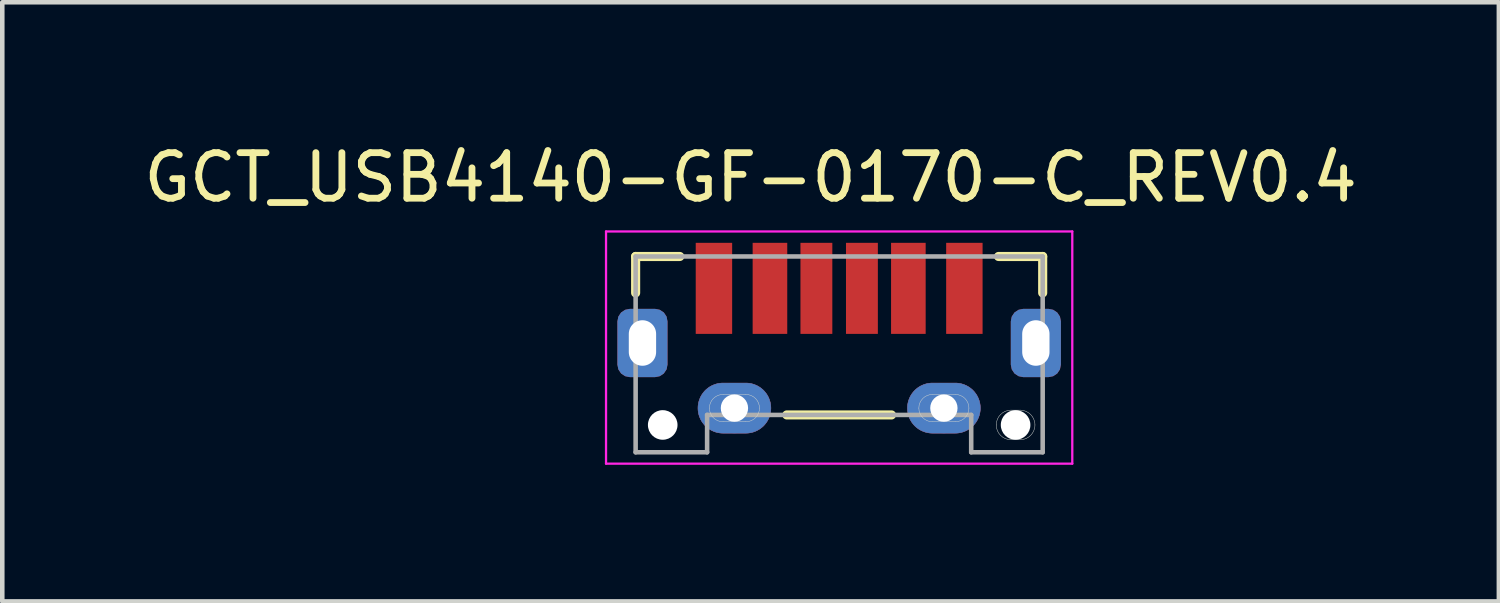
<source format=kicad_pcb>
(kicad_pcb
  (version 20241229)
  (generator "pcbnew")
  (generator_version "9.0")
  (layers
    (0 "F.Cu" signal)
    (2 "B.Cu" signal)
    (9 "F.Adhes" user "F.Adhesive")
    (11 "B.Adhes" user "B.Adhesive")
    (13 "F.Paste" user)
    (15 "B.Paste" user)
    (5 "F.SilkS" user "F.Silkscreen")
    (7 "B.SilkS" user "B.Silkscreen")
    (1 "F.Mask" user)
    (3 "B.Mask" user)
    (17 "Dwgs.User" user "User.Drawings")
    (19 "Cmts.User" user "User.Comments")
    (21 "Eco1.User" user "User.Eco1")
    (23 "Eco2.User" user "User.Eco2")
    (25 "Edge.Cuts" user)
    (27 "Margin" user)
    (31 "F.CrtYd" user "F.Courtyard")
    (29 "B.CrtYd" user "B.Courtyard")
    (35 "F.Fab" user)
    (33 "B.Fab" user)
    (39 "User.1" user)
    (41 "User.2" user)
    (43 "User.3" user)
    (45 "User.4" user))
  (footprint "GCT_USB4140-GF-0170-C_REV0.4"
    (layer "F.Cu")
    (at 15.38 4.483)
    (property "Reference" "GCT_USB4140-GF-0170-C_REV0.4" (at -1.945 -3.635 0) (layer "F.SilkS") (effects (font (size 1 1) (thickness 0.15))))
    (attr smd)
    (fp_poly (pts (xy -3.1 1.43) (xy -3.099 1.401) (xy -3.097 1.373) (xy -3.093 1.344) (xy -3.088 1.316) (xy -3.081 1.288) (xy -3.073 1.26) (xy -3.063 1.233) (xy -3.052 1.206) (xy -3.04 1.18) (xy -3.026 1.155) (xy -3.011 1.13) (xy -2.995 1.107) (xy -2.977 1.084) (xy -2.959 1.062) (xy -2.939 1.041) (xy -2.918 1.021) (xy -2.896 1.003) (xy -2.873 0.985) (xy -2.85 0.969) (xy -2.825 0.954) (xy -2.8 0.94) (xy -2.774 0.928) (xy -2.747 0.917) (xy -2.72 0.907) (xy -2.692 0.899) (xy -2.664 0.892) (xy -2.636 0.887) (xy -2.607 0.883) (xy -2.579 0.881) (xy -2.55 0.88) (xy -2.3 0.88) (xy -2.05 0.88) (xy -2.021 0.881) (xy -1.993 0.883) (xy -1.964 0.887) (xy -1.936 0.892) (xy -1.908 0.899) (xy -1.88 0.907) (xy -1.853 0.917) (xy -1.826 0.928) (xy -1.8 0.94) (xy -1.775 0.954) (xy -1.75 0.969) (xy -1.727 0.985) (xy -1.704 1.003) (xy -1.682 1.021) (xy -1.661 1.041) (xy -1.641 1.062) (xy -1.623 1.084) (xy -1.605 1.107) (xy -1.589 1.13) (xy -1.574 1.155) (xy -1.56 1.18) (xy -1.548 1.206) (xy -1.537 1.233) (xy -1.527 1.26) (xy -1.519 1.288) (xy -1.512 1.316) (xy -1.507 1.344) (xy -1.503 1.373) (xy -1.501 1.401) (xy -1.5 1.43) (xy -1.501 1.459) (xy -1.503 1.487) (xy -1.507 1.516) (xy -1.512 1.544) (xy -1.519 1.572) (xy -1.527 1.6) (xy -1.537 1.627) (xy -1.548 1.654) (xy -1.56 1.68) (xy -1.574 1.705) (xy -1.589 1.73) (xy -1.605 1.753) (xy -1.623 1.776) (xy -1.641 1.798) (xy -1.661 1.819) (xy -1.682 1.839) (xy -1.704 1.857) (xy -1.727 1.875) (xy -1.75 1.891) (xy -1.775 1.906) (xy -1.8 1.92) (xy -1.826 1.932) (xy -1.853 1.943) (xy -1.88 1.953) (xy -1.908 1.961) (xy -1.936 1.968) (xy -1.964 1.973) (xy -1.993 1.977) (xy -2.021 1.979) (xy -2.05 1.98) (xy -2.3 1.98) (xy -2.55 1.98) (xy -2.579 1.979) (xy -2.607 1.977) (xy -2.636 1.973) (xy -2.664 1.968) (xy -2.692 1.961) (xy -2.72 1.953) (xy -2.747 1.943) (xy -2.774 1.932) (xy -2.8 1.92) (xy -2.825 1.906) (xy -2.85 1.891) (xy -2.873 1.875) (xy -2.896 1.857) (xy -2.918 1.839) (xy -2.939 1.819) (xy -2.959 1.798) (xy -2.977 1.776) (xy -2.995 1.753) (xy -3.011 1.73) (xy -3.026 1.705) (xy -3.04 1.68) (xy -3.052 1.654) (xy -3.063 1.627) (xy -3.073 1.6) (xy -3.081 1.572) (xy -3.088 1.544) (xy -3.093 1.516) (xy -3.097 1.487) (xy -3.099 1.459) (xy -3.1 1.43)) (stroke (width 0.01) (type solid)) (fill yes) (layer "F.Cu"))
    (fp_poly (pts (xy 1.5 1.43) (xy 1.501 1.401) (xy 1.503 1.373) (xy 1.507 1.344) (xy 1.512 1.316) (xy 1.519 1.288) (xy 1.527 1.26) (xy 1.537 1.233) (xy 1.548 1.206) (xy 1.56 1.18) (xy 1.574 1.155) (xy 1.589 1.13) (xy 1.605 1.107) (xy 1.623 1.084) (xy 1.641 1.062) (xy 1.661 1.041) (xy 1.682 1.021) (xy 1.704 1.003) (xy 1.727 0.985) (xy 1.75 0.969) (xy 1.775 0.954) (xy 1.8 0.94) (xy 1.826 0.928) (xy 1.853 0.917) (xy 1.88 0.907) (xy 1.908 0.899) (xy 1.936 0.892) (xy 1.964 0.887) (xy 1.993 0.883) (xy 2.021 0.881) (xy 2.05 0.88) (xy 2.3 0.88) (xy 2.55 0.88) (xy 2.579 0.881) (xy 2.607 0.883) (xy 2.636 0.887) (xy 2.664 0.892) (xy 2.692 0.899) (xy 2.72 0.907) (xy 2.747 0.917) (xy 2.774 0.928) (xy 2.8 0.94) (xy 2.825 0.954) (xy 2.85 0.969) (xy 2.873 0.985) (xy 2.896 1.003) (xy 2.918 1.021) (xy 2.939 1.041) (xy 2.959 1.062) (xy 2.977 1.084) (xy 2.995 1.107) (xy 3.011 1.13) (xy 3.026 1.155) (xy 3.04 1.18) (xy 3.052 1.206) (xy 3.063 1.233) (xy 3.073 1.26) (xy 3.081 1.288) (xy 3.088 1.316) (xy 3.093 1.344) (xy 3.097 1.373) (xy 3.099 1.401) (xy 3.1 1.43) (xy 3.099 1.459) (xy 3.097 1.487) (xy 3.093 1.516) (xy 3.088 1.544) (xy 3.081 1.572) (xy 3.073 1.6) (xy 3.063 1.627) (xy 3.052 1.654) (xy 3.04 1.68) (xy 3.026 1.705) (xy 3.011 1.73) (xy 2.995 1.753) (xy 2.977 1.776) (xy 2.959 1.798) (xy 2.939 1.819) (xy 2.918 1.839) (xy 2.896 1.857) (xy 2.873 1.875) (xy 2.85 1.891) (xy 2.825 1.906) (xy 2.8 1.92) (xy 2.774 1.932) (xy 2.747 1.943) (xy 2.72 1.953) (xy 2.692 1.961) (xy 2.664 1.968) (xy 2.636 1.973) (xy 2.607 1.977) (xy 2.579 1.979) (xy 2.55 1.98) (xy 2.3 1.98) (xy 2.05 1.98) (xy 2.021 1.979) (xy 1.993 1.977) (xy 1.964 1.973) (xy 1.936 1.968) (xy 1.908 1.961) (xy 1.88 1.953) (xy 1.853 1.943) (xy 1.826 1.932) (xy 1.8 1.92) (xy 1.775 1.906) (xy 1.75 1.891) (xy 1.727 1.875) (xy 1.704 1.857) (xy 1.682 1.839) (xy 1.661 1.819) (xy 1.641 1.798) (xy 1.623 1.776) (xy 1.605 1.753) (xy 1.589 1.73) (xy 1.574 1.705) (xy 1.56 1.68) (xy 1.548 1.654) (xy 1.537 1.627) (xy 1.527 1.6) (xy 1.519 1.572) (xy 1.512 1.544) (xy 1.507 1.516) (xy 1.503 1.487) (xy 1.501 1.459) (xy 1.5 1.43)) (stroke (width 0.01) (type solid)) (fill yes) (layer "F.Cu"))
    (fp_poly (pts (xy -3.2 1.43) (xy -3.199 1.396) (xy -3.196 1.362) (xy -3.192 1.328) (xy -3.186 1.295) (xy -3.178 1.262) (xy -3.168 1.229) (xy -3.157 1.197) (xy -3.144 1.166) (xy -3.129 1.135) (xy -3.113 1.105) (xy -3.095 1.076) (xy -3.076 1.048) (xy -3.055 1.021) (xy -3.033 0.995) (xy -3.01 0.97) (xy -2.985 0.947) (xy -2.959 0.925) (xy -2.932 0.904) (xy -2.904 0.885) (xy -2.875 0.867) (xy -2.845 0.851) (xy -2.814 0.836) (xy -2.783 0.823) (xy -2.751 0.812) (xy -2.718 0.802) (xy -2.685 0.794) (xy -2.652 0.788) (xy -2.618 0.784) (xy -2.584 0.781) (xy -2.55 0.78) (xy -2.3 0.78) (xy -2.05 0.78) (xy -2.016 0.781) (xy -1.982 0.784) (xy -1.948 0.788) (xy -1.915 0.794) (xy -1.882 0.802) (xy -1.849 0.812) (xy -1.817 0.823) (xy -1.786 0.836) (xy -1.755 0.851) (xy -1.725 0.867) (xy -1.696 0.885) (xy -1.668 0.904) (xy -1.641 0.925) (xy -1.615 0.947) (xy -1.59 0.97) (xy -1.567 0.995) (xy -1.545 1.021) (xy -1.524 1.048) (xy -1.505 1.076) (xy -1.487 1.105) (xy -1.471 1.135) (xy -1.456 1.166) (xy -1.443 1.197) (xy -1.432 1.229) (xy -1.422 1.262) (xy -1.414 1.295) (xy -1.408 1.328) (xy -1.404 1.362) (xy -1.401 1.396) (xy -1.4 1.43) (xy -1.401 1.464) (xy -1.404 1.498) (xy -1.408 1.532) (xy -1.414 1.565) (xy -1.422 1.598) (xy -1.432 1.631) (xy -1.443 1.663) (xy -1.456 1.694) (xy -1.471 1.725) (xy -1.487 1.755) (xy -1.505 1.784) (xy -1.524 1.812) (xy -1.545 1.839) (xy -1.567 1.865) (xy -1.59 1.89) (xy -1.615 1.913) (xy -1.641 1.935) (xy -1.668 1.956) (xy -1.696 1.975) (xy -1.725 1.993) (xy -1.755 2.009) (xy -1.786 2.024) (xy -1.817 2.037) (xy -1.849 2.048) (xy -1.882 2.058) (xy -1.915 2.066) (xy -1.948 2.072) (xy -1.982 2.076) (xy -2.016 2.079) (xy -2.05 2.08) (xy -2.3 2.08) (xy -2.55 2.08) (xy -2.584 2.079) (xy -2.618 2.076) (xy -2.652 2.072) (xy -2.685 2.066) (xy -2.718 2.058) (xy -2.751 2.048) (xy -2.783 2.037) (xy -2.814 2.024) (xy -2.845 2.009) (xy -2.875 1.993) (xy -2.904 1.975) (xy -2.932 1.956) (xy -2.959 1.935) (xy -2.985 1.913) (xy -3.01 1.89) (xy -3.033 1.865) (xy -3.055 1.839) (xy -3.076 1.812) (xy -3.095 1.784) (xy -3.113 1.755) (xy -3.129 1.725) (xy -3.144 1.694) (xy -3.157 1.663) (xy -3.168 1.631) (xy -3.178 1.598) (xy -3.186 1.565) (xy -3.192 1.532) (xy -3.196 1.498) (xy -3.199 1.464) (xy -3.2 1.43)) (stroke (width 0.01) (type solid)) (fill yes) (layer "F.Mask"))
    (fp_poly (pts (xy 1.4 1.43) (xy 1.401 1.396) (xy 1.404 1.362) (xy 1.408 1.328) (xy 1.414 1.295) (xy 1.422 1.262) (xy 1.432 1.229) (xy 1.443 1.197) (xy 1.456 1.166) (xy 1.471 1.135) (xy 1.487 1.105) (xy 1.505 1.076) (xy 1.524 1.048) (xy 1.545 1.021) (xy 1.567 0.995) (xy 1.59 0.97) (xy 1.615 0.947) (xy 1.641 0.925) (xy 1.668 0.904) (xy 1.696 0.885) (xy 1.725 0.867) (xy 1.755 0.851) (xy 1.786 0.836) (xy 1.817 0.823) (xy 1.849 0.812) (xy 1.882 0.802) (xy 1.915 0.794) (xy 1.948 0.788) (xy 1.982 0.784) (xy 2.016 0.781) (xy 2.05 0.78) (xy 2.3 0.78) (xy 2.55 0.78) (xy 2.584 0.781) (xy 2.618 0.784) (xy 2.652 0.788) (xy 2.685 0.794) (xy 2.718 0.802) (xy 2.751 0.812) (xy 2.783 0.823) (xy 2.814 0.836) (xy 2.845 0.851) (xy 2.875 0.867) (xy 2.904 0.885) (xy 2.932 0.904) (xy 2.959 0.925) (xy 2.985 0.947) (xy 3.01 0.97) (xy 3.033 0.995) (xy 3.055 1.021) (xy 3.076 1.048) (xy 3.095 1.076) (xy 3.113 1.105) (xy 3.129 1.135) (xy 3.144 1.166) (xy 3.157 1.197) (xy 3.168 1.229) (xy 3.178 1.262) (xy 3.186 1.295) (xy 3.192 1.328) (xy 3.196 1.362) (xy 3.199 1.396) (xy 3.2 1.43) (xy 3.199 1.464) (xy 3.196 1.498) (xy 3.192 1.532) (xy 3.186 1.565) (xy 3.178 1.598) (xy 3.168 1.631) (xy 3.157 1.663) (xy 3.144 1.694) (xy 3.129 1.725) (xy 3.113 1.755) (xy 3.095 1.784) (xy 3.076 1.812) (xy 3.055 1.839) (xy 3.033 1.865) (xy 3.01 1.89) (xy 2.985 1.913) (xy 2.959 1.935) (xy 2.932 1.956) (xy 2.904 1.975) (xy 2.875 1.993) (xy 2.845 2.009) (xy 2.814 2.024) (xy 2.783 2.037) (xy 2.751 2.048) (xy 2.718 2.058) (xy 2.685 2.066) (xy 2.652 2.072) (xy 2.618 2.076) (xy 2.584 2.079) (xy 2.55 2.08) (xy 2.3 2.08) (xy 2.05 2.08) (xy 2.016 2.079) (xy 1.982 2.076) (xy 1.948 2.072) (xy 1.915 2.066) (xy 1.882 2.058) (xy 1.849 2.048) (xy 1.817 2.037) (xy 1.786 2.024) (xy 1.755 2.009) (xy 1.725 1.993) (xy 1.696 1.975) (xy 1.668 1.956) (xy 1.641 1.935) (xy 1.615 1.913) (xy 1.59 1.89) (xy 1.567 1.865) (xy 1.545 1.839) (xy 1.524 1.812) (xy 1.505 1.784) (xy 1.487 1.755) (xy 1.471 1.725) (xy 1.456 1.694) (xy 1.443 1.663) (xy 1.432 1.631) (xy 1.422 1.598) (xy 1.414 1.565) (xy 1.408 1.532) (xy 1.404 1.498) (xy 1.401 1.464) (xy 1.4 1.43)) (stroke (width 0.01) (type solid)) (fill yes) (layer "F.Mask"))
    (fp_poly (pts (xy -3.1 1.43) (xy -3.099 1.401) (xy -3.097 1.373) (xy -3.093 1.344) (xy -3.088 1.316) (xy -3.081 1.288) (xy -3.073 1.26) (xy -3.063 1.233) (xy -3.052 1.206) (xy -3.04 1.18) (xy -3.026 1.155) (xy -3.011 1.13) (xy -2.995 1.107) (xy -2.977 1.084) (xy -2.959 1.062) (xy -2.939 1.041) (xy -2.918 1.021) (xy -2.896 1.003) (xy -2.873 0.985) (xy -2.85 0.969) (xy -2.825 0.954) (xy -2.8 0.94) (xy -2.774 0.928) (xy -2.747 0.917) (xy -2.72 0.907) (xy -2.692 0.899) (xy -2.664 0.892) (xy -2.636 0.887) (xy -2.607 0.883) (xy -2.579 0.881) (xy -2.55 0.88) (xy -2.3 0.88) (xy -2.05 0.88) (xy -2.021 0.881) (xy -1.993 0.883) (xy -1.964 0.887) (xy -1.936 0.892) (xy -1.908 0.899) (xy -1.88 0.907) (xy -1.853 0.917) (xy -1.826 0.928) (xy -1.8 0.94) (xy -1.775 0.954) (xy -1.75 0.969) (xy -1.727 0.985) (xy -1.704 1.003) (xy -1.682 1.021) (xy -1.661 1.041) (xy -1.641 1.062) (xy -1.623 1.084) (xy -1.605 1.107) (xy -1.589 1.13) (xy -1.574 1.155) (xy -1.56 1.18) (xy -1.548 1.206) (xy -1.537 1.233) (xy -1.527 1.26) (xy -1.519 1.288) (xy -1.512 1.316) (xy -1.507 1.344) (xy -1.503 1.373) (xy -1.501 1.401) (xy -1.5 1.43) (xy -1.501 1.459) (xy -1.503 1.487) (xy -1.507 1.516) (xy -1.512 1.544) (xy -1.519 1.572) (xy -1.527 1.6) (xy -1.537 1.627) (xy -1.548 1.654) (xy -1.56 1.68) (xy -1.574 1.705) (xy -1.589 1.73) (xy -1.605 1.753) (xy -1.623 1.776) (xy -1.641 1.798) (xy -1.661 1.819) (xy -1.682 1.839) (xy -1.704 1.857) (xy -1.727 1.875) (xy -1.75 1.891) (xy -1.775 1.906) (xy -1.8 1.92) (xy -1.826 1.932) (xy -1.853 1.943) (xy -1.88 1.953) (xy -1.908 1.961) (xy -1.936 1.968) (xy -1.964 1.973) (xy -1.993 1.977) (xy -2.021 1.979) (xy -2.05 1.98) (xy -2.3 1.98) (xy -2.55 1.98) (xy -2.579 1.979) (xy -2.607 1.977) (xy -2.636 1.973) (xy -2.664 1.968) (xy -2.692 1.961) (xy -2.72 1.953) (xy -2.747 1.943) (xy -2.774 1.932) (xy -2.8 1.92) (xy -2.825 1.906) (xy -2.85 1.891) (xy -2.873 1.875) (xy -2.896 1.857) (xy -2.918 1.839) (xy -2.939 1.819) (xy -2.959 1.798) (xy -2.977 1.776) (xy -2.995 1.753) (xy -3.011 1.73) (xy -3.026 1.705) (xy -3.04 1.68) (xy -3.052 1.654) (xy -3.063 1.627) (xy -3.073 1.6) (xy -3.081 1.572) (xy -3.088 1.544) (xy -3.093 1.516) (xy -3.097 1.487) (xy -3.099 1.459) (xy -3.1 1.43)) (stroke (width 0.01) (type solid)) (fill yes) (layer "B.Cu"))
    (fp_poly (pts (xy 1.5 1.43) (xy 1.501 1.401) (xy 1.503 1.373) (xy 1.507 1.344) (xy 1.512 1.316) (xy 1.519 1.288) (xy 1.527 1.26) (xy 1.537 1.233) (xy 1.548 1.206) (xy 1.56 1.18) (xy 1.574 1.155) (xy 1.589 1.13) (xy 1.605 1.107) (xy 1.623 1.084) (xy 1.641 1.062) (xy 1.661 1.041) (xy 1.682 1.021) (xy 1.704 1.003) (xy 1.727 0.985) (xy 1.75 0.969) (xy 1.775 0.954) (xy 1.8 0.94) (xy 1.826 0.928) (xy 1.853 0.917) (xy 1.88 0.907) (xy 1.908 0.899) (xy 1.936 0.892) (xy 1.964 0.887) (xy 1.993 0.883) (xy 2.021 0.881) (xy 2.05 0.88) (xy 2.3 0.88) (xy 2.55 0.88) (xy 2.579 0.881) (xy 2.607 0.883) (xy 2.636 0.887) (xy 2.664 0.892) (xy 2.692 0.899) (xy 2.72 0.907) (xy 2.747 0.917) (xy 2.774 0.928) (xy 2.8 0.94) (xy 2.825 0.954) (xy 2.85 0.969) (xy 2.873 0.985) (xy 2.896 1.003) (xy 2.918 1.021) (xy 2.939 1.041) (xy 2.959 1.062) (xy 2.977 1.084) (xy 2.995 1.107) (xy 3.011 1.13) (xy 3.026 1.155) (xy 3.04 1.18) (xy 3.052 1.206) (xy 3.063 1.233) (xy 3.073 1.26) (xy 3.081 1.288) (xy 3.088 1.316) (xy 3.093 1.344) (xy 3.097 1.373) (xy 3.099 1.401) (xy 3.1 1.43) (xy 3.099 1.459) (xy 3.097 1.487) (xy 3.093 1.516) (xy 3.088 1.544) (xy 3.081 1.572) (xy 3.073 1.6) (xy 3.063 1.627) (xy 3.052 1.654) (xy 3.04 1.68) (xy 3.026 1.705) (xy 3.011 1.73) (xy 2.995 1.753) (xy 2.977 1.776) (xy 2.959 1.798) (xy 2.939 1.819) (xy 2.918 1.839) (xy 2.896 1.857) (xy 2.873 1.875) (xy 2.85 1.891) (xy 2.825 1.906) (xy 2.8 1.92) (xy 2.774 1.932) (xy 2.747 1.943) (xy 2.72 1.953) (xy 2.692 1.961) (xy 2.664 1.968) (xy 2.636 1.973) (xy 2.607 1.977) (xy 2.579 1.979) (xy 2.55 1.98) (xy 2.3 1.98) (xy 2.05 1.98) (xy 2.021 1.979) (xy 1.993 1.977) (xy 1.964 1.973) (xy 1.936 1.968) (xy 1.908 1.961) (xy 1.88 1.953) (xy 1.853 1.943) (xy 1.826 1.932) (xy 1.8 1.92) (xy 1.775 1.906) (xy 1.75 1.891) (xy 1.727 1.875) (xy 1.704 1.857) (xy 1.682 1.839) (xy 1.661 1.819) (xy 1.641 1.798) (xy 1.623 1.776) (xy 1.605 1.753) (xy 1.589 1.73) (xy 1.574 1.705) (xy 1.56 1.68) (xy 1.548 1.654) (xy 1.537 1.627) (xy 1.527 1.6) (xy 1.519 1.572) (xy 1.512 1.544) (xy 1.507 1.516) (xy 1.503 1.487) (xy 1.501 1.459) (xy 1.5 1.43)) (stroke (width 0.01) (type solid)) (fill yes) (layer "B.Cu"))
    (fp_poly (pts (xy -3.2 1.43) (xy -3.199 1.396) (xy -3.196 1.362) (xy -3.192 1.328) (xy -3.186 1.295) (xy -3.178 1.262) (xy -3.168 1.229) (xy -3.157 1.197) (xy -3.144 1.166) (xy -3.129 1.135) (xy -3.113 1.105) (xy -3.095 1.076) (xy -3.076 1.048) (xy -3.055 1.021) (xy -3.033 0.995) (xy -3.01 0.97) (xy -2.985 0.947) (xy -2.959 0.925) (xy -2.932 0.904) (xy -2.904 0.885) (xy -2.875 0.867) (xy -2.845 0.851) (xy -2.814 0.836) (xy -2.783 0.823) (xy -2.751 0.812) (xy -2.718 0.802) (xy -2.685 0.794) (xy -2.652 0.788) (xy -2.618 0.784) (xy -2.584 0.781) (xy -2.55 0.78) (xy -2.3 0.78) (xy -2.05 0.78) (xy -2.016 0.781) (xy -1.982 0.784) (xy -1.948 0.788) (xy -1.915 0.794) (xy -1.882 0.802) (xy -1.849 0.812) (xy -1.817 0.823) (xy -1.786 0.836) (xy -1.755 0.851) (xy -1.725 0.867) (xy -1.696 0.885) (xy -1.668 0.904) (xy -1.641 0.925) (xy -1.615 0.947) (xy -1.59 0.97) (xy -1.567 0.995) (xy -1.545 1.021) (xy -1.524 1.048) (xy -1.505 1.076) (xy -1.487 1.105) (xy -1.471 1.135) (xy -1.456 1.166) (xy -1.443 1.197) (xy -1.432 1.229) (xy -1.422 1.262) (xy -1.414 1.295) (xy -1.408 1.328) (xy -1.404 1.362) (xy -1.401 1.396) (xy -1.4 1.43) (xy -1.401 1.464) (xy -1.404 1.498) (xy -1.408 1.532) (xy -1.414 1.565) (xy -1.422 1.598) (xy -1.432 1.631) (xy -1.443 1.663) (xy -1.456 1.694) (xy -1.471 1.725) (xy -1.487 1.755) (xy -1.505 1.784) (xy -1.524 1.812) (xy -1.545 1.839) (xy -1.567 1.865) (xy -1.59 1.89) (xy -1.615 1.913) (xy -1.641 1.935) (xy -1.668 1.956) (xy -1.696 1.975) (xy -1.725 1.993) (xy -1.755 2.009) (xy -1.786 2.024) (xy -1.817 2.037) (xy -1.849 2.048) (xy -1.882 2.058) (xy -1.915 2.066) (xy -1.948 2.072) (xy -1.982 2.076) (xy -2.016 2.079) (xy -2.05 2.08) (xy -2.3 2.08) (xy -2.55 2.08) (xy -2.584 2.079) (xy -2.618 2.076) (xy -2.652 2.072) (xy -2.685 2.066) (xy -2.718 2.058) (xy -2.751 2.048) (xy -2.783 2.037) (xy -2.814 2.024) (xy -2.845 2.009) (xy -2.875 1.993) (xy -2.904 1.975) (xy -2.932 1.956) (xy -2.959 1.935) (xy -2.985 1.913) (xy -3.01 1.89) (xy -3.033 1.865) (xy -3.055 1.839) (xy -3.076 1.812) (xy -3.095 1.784) (xy -3.113 1.755) (xy -3.129 1.725) (xy -3.144 1.694) (xy -3.157 1.663) (xy -3.168 1.631) (xy -3.178 1.598) (xy -3.186 1.565) (xy -3.192 1.532) (xy -3.196 1.498) (xy -3.199 1.464) (xy -3.2 1.43)) (stroke (width 0.01) (type solid)) (fill yes) (layer "B.Mask"))
    (fp_poly (pts (xy 1.4 1.43) (xy 1.401 1.396) (xy 1.404 1.362) (xy 1.408 1.328) (xy 1.414 1.295) (xy 1.422 1.262) (xy 1.432 1.229) (xy 1.443 1.197) (xy 1.456 1.166) (xy 1.471 1.135) (xy 1.487 1.105) (xy 1.505 1.076) (xy 1.524 1.048) (xy 1.545 1.021) (xy 1.567 0.995) (xy 1.59 0.97) (xy 1.615 0.947) (xy 1.641 0.925) (xy 1.668 0.904) (xy 1.696 0.885) (xy 1.725 0.867) (xy 1.755 0.851) (xy 1.786 0.836) (xy 1.817 0.823) (xy 1.849 0.812) (xy 1.882 0.802) (xy 1.915 0.794) (xy 1.948 0.788) (xy 1.982 0.784) (xy 2.016 0.781) (xy 2.05 0.78) (xy 2.3 0.78) (xy 2.55 0.78) (xy 2.584 0.781) (xy 2.618 0.784) (xy 2.652 0.788) (xy 2.685 0.794) (xy 2.718 0.802) (xy 2.751 0.812) (xy 2.783 0.823) (xy 2.814 0.836) (xy 2.845 0.851) (xy 2.875 0.867) (xy 2.904 0.885) (xy 2.932 0.904) (xy 2.959 0.925) (xy 2.985 0.947) (xy 3.01 0.97) (xy 3.033 0.995) (xy 3.055 1.021) (xy 3.076 1.048) (xy 3.095 1.076) (xy 3.113 1.105) (xy 3.129 1.135) (xy 3.144 1.166) (xy 3.157 1.197) (xy 3.168 1.229) (xy 3.178 1.262) (xy 3.186 1.295) (xy 3.192 1.328) (xy 3.196 1.362) (xy 3.199 1.396) (xy 3.2 1.43) (xy 3.199 1.464) (xy 3.196 1.498) (xy 3.192 1.532) (xy 3.186 1.565) (xy 3.178 1.598) (xy 3.168 1.631) (xy 3.157 1.663) (xy 3.144 1.694) (xy 3.129 1.725) (xy 3.113 1.755) (xy 3.095 1.784) (xy 3.076 1.812) (xy 3.055 1.839) (xy 3.033 1.865) (xy 3.01 1.89) (xy 2.985 1.913) (xy 2.959 1.935) (xy 2.932 1.956) (xy 2.904 1.975) (xy 2.875 1.993) (xy 2.845 2.009) (xy 2.814 2.024) (xy 2.783 2.037) (xy 2.751 2.048) (xy 2.718 2.058) (xy 2.685 2.066) (xy 2.652 2.072) (xy 2.618 2.076) (xy 2.584 2.079) (xy 2.55 2.08) (xy 2.3 2.08) (xy 2.05 2.08) (xy 2.016 2.079) (xy 1.982 2.076) (xy 1.948 2.072) (xy 1.915 2.066) (xy 1.882 2.058) (xy 1.849 2.048) (xy 1.817 2.037) (xy 1.786 2.024) (xy 1.755 2.009) (xy 1.725 1.993) (xy 1.696 1.975) (xy 1.668 1.956) (xy 1.641 1.935) (xy 1.615 1.913) (xy 1.59 1.89) (xy 1.567 1.865) (xy 1.545 1.839) (xy 1.524 1.812) (xy 1.505 1.784) (xy 1.487 1.755) (xy 1.471 1.725) (xy 1.456 1.694) (xy 1.443 1.663) (xy 1.432 1.631) (xy 1.422 1.598) (xy 1.414 1.565) (xy 1.408 1.532) (xy 1.404 1.498) (xy 1.401 1.464) (xy 1.4 1.43)) (stroke (width 0.01) (type solid)) (fill yes) (layer "B.Mask"))
    (fp_line (start -4.47 -1.9) (end -3.5 -1.9) (stroke (width 0.2) (type solid)) (layer "F.SilkS"))
    (fp_line (start -4.47 -1.1) (end -4.47 -1.9) (stroke (width 0.2) (type solid)) (layer "F.SilkS"))
    (fp_line (start -1.15 1.58) (end 1.15 1.58) (stroke (width 0.2) (type solid)) (layer "F.SilkS"))
    (fp_line (start 3.5 -1.9) (end 4.47 -1.9) (stroke (width 0.2) (type solid)) (layer "F.SilkS"))
    (fp_line (start 4.47 -1.9) (end 4.47 -1.1) (stroke (width 0.2) (type solid)) (layer "F.SilkS"))
    (fp_line (start -2.55 1.13) (end -2.05 1.13) (stroke (width 0.01) (type solid)) (layer "Edge.Cuts"))
    (fp_line (start -2.05 1.73) (end -2.55 1.73) (stroke (width 0.01) (type solid)) (layer "Edge.Cuts"))
    (fp_line (start 2.05 1.13) (end 2.55 1.13) (stroke (width 0.01) (type solid)) (layer "Edge.Cuts"))
    (fp_line (start 2.55 1.73) (end 2.05 1.73) (stroke (width 0.01) (type solid)) (layer "Edge.Cuts"))
    (fp_line (start 3.775 1.475) (end 3.975 1.475) (stroke (width 0.01) (type solid)) (layer "Edge.Cuts"))
    (fp_line (start 3.975 2.125) (end 3.775 2.125) (stroke (width 0.01) (type solid)) (layer "Edge.Cuts"))
    (fp_arc (start -2.85 1.43) (mid -2.762132 1.217868) (end -2.55 1.13) (stroke (width 0.01) (type solid)) (layer "Edge.Cuts"))
    (fp_arc (start -2.55 1.73) (mid -2.762132 1.642132) (end -2.85 1.43) (stroke (width 0.01) (type solid)) (layer "Edge.Cuts"))
    (fp_arc (start -2.05 1.13) (mid -1.837868 1.217868) (end -1.75 1.43) (stroke (width 0.01) (type solid)) (layer "Edge.Cuts"))
    (fp_arc (start -1.75 1.43) (mid -1.837868 1.642132) (end -2.05 1.73) (stroke (width 0.01) (type solid)) (layer "Edge.Cuts"))
    (fp_arc (start 1.75 1.43) (mid 1.837868 1.217868) (end 2.05 1.13) (stroke (width 0.01) (type solid)) (layer "Edge.Cuts"))
    (fp_arc (start 2.05 1.73) (mid 1.837868 1.642132) (end 1.75 1.43) (stroke (width 0.01) (type solid)) (layer "Edge.Cuts"))
    (fp_arc (start 2.55 1.13) (mid 2.762132 1.217868) (end 2.85 1.43) (stroke (width 0.01) (type solid)) (layer "Edge.Cuts"))
    (fp_arc (start 2.85 1.43) (mid 2.762132 1.642132) (end 2.55 1.73) (stroke (width 0.01) (type solid)) (layer "Edge.Cuts"))
    (fp_arc (start 3.45 1.8) (mid 3.54519 1.57019) (end 3.775 1.475) (stroke (width 0.01) (type solid)) (layer "Edge.Cuts"))
    (fp_arc (start 3.775 2.125) (mid 3.54519 2.02981) (end 3.45 1.8) (stroke (width 0.01) (type solid)) (layer "Edge.Cuts"))
    (fp_arc (start 3.975 1.475) (mid 4.20481 1.57019) (end 4.3 1.8) (stroke (width 0.01) (type solid)) (layer "Edge.Cuts"))
    (fp_arc (start 4.3 1.8) (mid 4.20481 2.02981) (end 3.975 2.125) (stroke (width 0.01) (type solid)) (layer "Edge.Cuts"))
    (fp_line (start -5.12 -2.45) (end -5.12 2.65) (stroke (width 0.05) (type solid)) (layer "F.CrtYd"))
    (fp_line (start -5.12 2.65) (end 5.12 2.65) (stroke (width 0.05) (type solid)) (layer "F.CrtYd"))
    (fp_line (start 5.12 -2.45) (end -5.12 -2.45) (stroke (width 0.05) (type solid)) (layer "F.CrtYd"))
    (fp_line (start 5.12 2.65) (end 5.12 -2.45) (stroke (width 0.05) (type solid)) (layer "F.CrtYd"))
    (fp_line (start -4.47 -1.9) (end 4.47 -1.9) (stroke (width 0.1) (type solid)) (layer "F.Fab"))
    (fp_line (start -4.47 2.4) (end -4.47 -1.9) (stroke (width 0.1) (type solid)) (layer "F.Fab"))
    (fp_line (start -2.9 1.58) (end -2.9 2.4) (stroke (width 0.1) (type solid)) (layer "F.Fab"))
    (fp_line (start -2.9 2.4) (end -4.47 2.4) (stroke (width 0.1) (type solid)) (layer "F.Fab"))
    (fp_line (start 2.9 1.58) (end -2.9 1.58) (stroke (width 0.1) (type solid)) (layer "F.Fab"))
    (fp_line (start 2.9 2.4) (end 2.9 1.58) (stroke (width 0.1) (type solid)) (layer "F.Fab"))
    (fp_line (start 4.47 -1.9) (end 4.47 2.4) (stroke (width 0.1) (type solid)) (layer "F.Fab"))
    (fp_line (start 4.47 2.4) (end 2.9 2.4) (stroke (width 0.1) (type solid)) (layer "F.Fab"))
    (pad "" np_thru_hole circle (at -3.875 1.8) (size 0.65 0.65) (drill 0.65) (layers "*.Cu" "*.Mask"))
    (pad "" np_thru_hole circle (at 3.875 1.8) (size 0.65 0.65) (drill 0.65) (layers "*.Cu" "*.Mask"))
    (pad "A5" smd rect (at -0.5 -1.2) (size 0.7 2) (layers "F.Cu" "F.Mask" "F.Paste"))
    (pad "A9" smd rect (at 1.52 -1.2) (size 0.76 2) (layers "F.Cu" "F.Mask" "F.Paste"))
    (pad "A12" smd rect (at 2.75 -1.2) (size 0.8 2) (layers "F.Cu" "F.Mask" "F.Paste"))
    (pad "B5" smd rect (at 0.5 -1.2) (size 0.7 2) (layers "F.Cu" "F.Mask" "F.Paste"))
    (pad "B9" smd rect (at -1.52 -1.2) (size 0.76 2) (layers "F.Cu" "F.Mask" "F.Paste"))
    (pad "B12" smd rect (at -2.75 -1.2) (size 0.8 2) (layers "F.Cu" "F.Mask" "F.Paste"))
    (pad "S1" thru_hole roundrect (at -4.32 0) (size 1.1 1.5) (drill oval 0.6 1) (layers "*.Cu" "*.Mask") (roundrect_rratio 0.25))
    (pad "S1" thru_hole circle (at -2.3 1.43) (size 1.1 1.1) (drill 0.6) (layers "*.Cu" "*.Mask"))
    (pad "S1" thru_hole circle (at 2.3 1.43) (size 1.1 1.1) (drill 0.6) (layers "*.Cu" "*.Mask"))
    (pad "S1" thru_hole roundrect (at 4.32 0) (size 1.1 1.5) (drill oval 0.6 1) (layers "*.Cu" "*.Mask") (roundrect_rratio 0.25)))
  (gr_rect
    (start -3 -3)
    (end 29.869 10.158)
    (stroke (width 0.1) (type default))
    (fill no)
    (layer "Edge.Cuts")))
</source>
